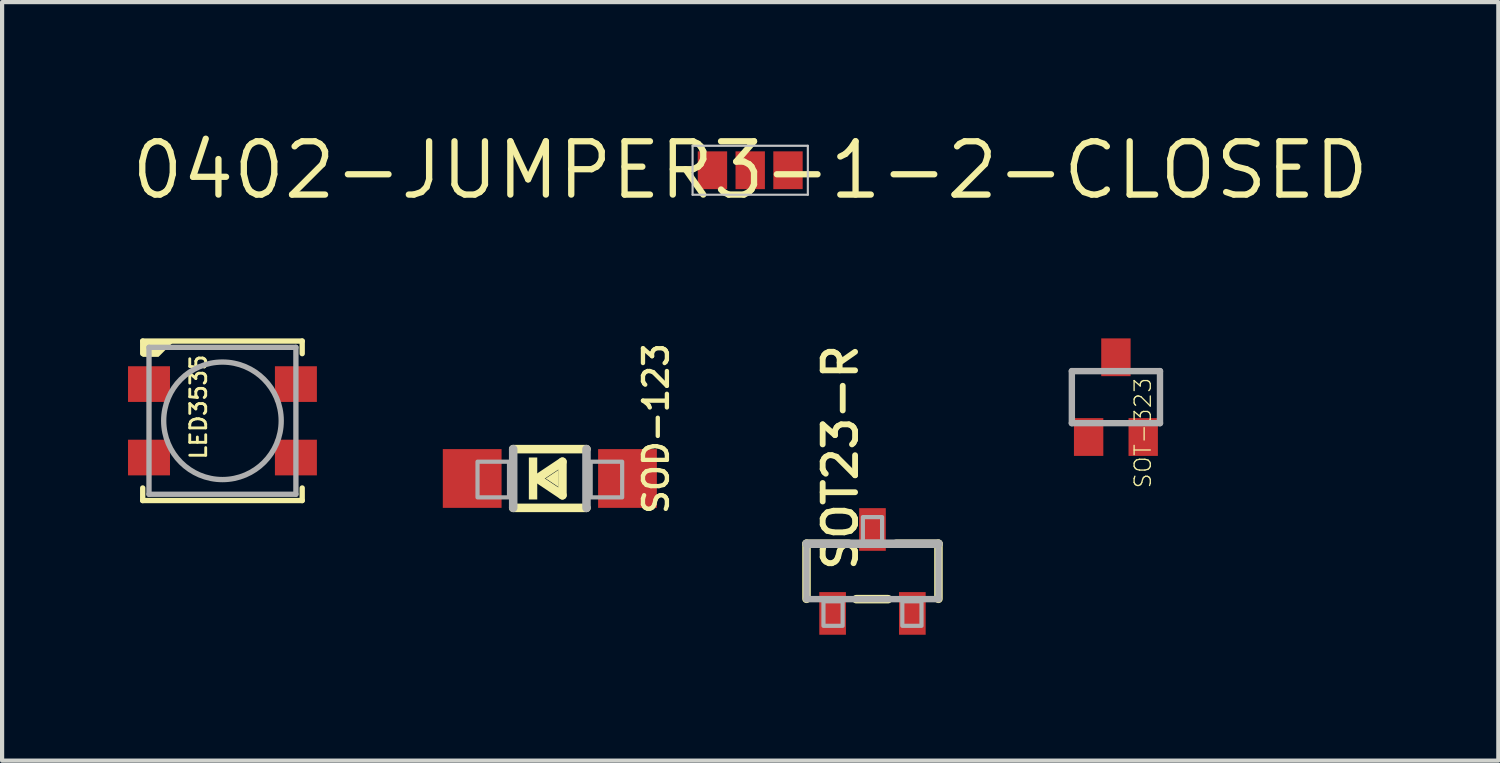
<source format=kicad_pcb>
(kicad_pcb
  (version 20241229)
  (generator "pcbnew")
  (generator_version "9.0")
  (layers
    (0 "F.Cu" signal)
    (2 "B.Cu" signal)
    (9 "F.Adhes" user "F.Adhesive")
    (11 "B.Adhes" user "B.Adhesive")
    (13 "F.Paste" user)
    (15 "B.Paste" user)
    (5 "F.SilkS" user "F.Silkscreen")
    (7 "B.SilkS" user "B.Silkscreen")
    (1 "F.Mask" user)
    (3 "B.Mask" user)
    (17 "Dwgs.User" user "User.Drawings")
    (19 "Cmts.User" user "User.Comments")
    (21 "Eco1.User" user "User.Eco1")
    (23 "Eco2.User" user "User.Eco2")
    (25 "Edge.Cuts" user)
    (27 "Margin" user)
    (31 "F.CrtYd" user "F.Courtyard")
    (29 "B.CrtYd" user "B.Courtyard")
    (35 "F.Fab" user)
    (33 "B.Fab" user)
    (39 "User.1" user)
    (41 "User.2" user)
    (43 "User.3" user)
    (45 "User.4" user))
  (footprint "LED3535"
    (layer "F.Cu")
    (at 2.25 6.976)
    (property "Reference" "LED3535" (at -0.349 0.955 270) (layer "F.SilkS") (effects (font (size 0.38 0.38) (thickness 0.068)) (justify left bottom)))
    (attr through_hole)
    (fp_line (start -1.9 -1.9) (end 1.9 -1.9) (stroke (width 0.127) (type solid)) (layer "F.SilkS"))
    (fp_line (start -1.9 -1.6) (end -1.9 -1.9) (stroke (width 0.127) (type solid)) (layer "F.SilkS"))
    (fp_line (start -1.9 1.6) (end -1.9 1.9) (stroke (width 0.127) (type solid)) (layer "F.SilkS"))
    (fp_line (start -1.9 1.9) (end 1.9 1.9) (stroke (width 0.127) (type solid)) (layer "F.SilkS"))
    (fp_line (start 1.9 -1.9) (end 1.9 -1.6) (stroke (width 0.127) (type solid)) (layer "F.SilkS"))
    (fp_line (start 1.9 1.9) (end 1.9 1.6) (stroke (width 0.127) (type solid)) (layer "F.SilkS"))
    (fp_poly (pts (xy -1.905 -1.905) (xy -1.905 -1.524) (xy -1.524 -1.524) (xy -1.143 -1.905)) (stroke (width 0) (type solid)) (fill yes) (layer "F.SilkS"))
    (fp_line (start -1.75 -1.75) (end 1.75 -1.75) (stroke (width 0.127) (type solid)) (layer "F.Fab"))
    (fp_line (start -1.75 1.75) (end -1.75 -1.75) (stroke (width 0.127) (type solid)) (layer "F.Fab"))
    (fp_line (start 1.75 -1.75) (end 1.75 1.75) (stroke (width 0.127) (type solid)) (layer "F.Fab"))
    (fp_line (start 1.75 1.75) (end -1.75 1.75) (stroke (width 0.127) (type solid)) (layer "F.Fab"))
    (fp_circle (center 0 0) (end 1.4 0) (stroke (width 0.127) (type solid)) (fill no) (layer "F.Fab"))
    (pad "1" smd rect (at -1.75 -0.875 90) (size 0.85 1) (layers "F.Cu" "F.Mask" "F.Paste"))
    (pad "2" smd rect (at -1.75 0.875 90) (size 0.85 1) (layers "F.Cu" "F.Mask" "F.Paste"))
    (pad "3" smd rect (at 1.75 0.875 90) (size 0.85 1) (layers "F.Cu" "F.Mask" "F.Paste"))
    (pad "4" smd rect (at 1.75 -0.875 90) (size 0.85 1) (layers "F.Cu" "F.Mask" "F.Paste")))
  (footprint "SOT-323"
    (layer "F.Cu")
    (at 23.537 6.412)
    (property "Reference" "SOT-323" (at 0.868 0.855 270) (layer "F.SilkS") (effects (font (size 0.386 0.386) (thickness 0.031)) (justify bottom)))
    (attr through_hole)
    (fp_line (start -1.05 -0.62) (end 1.05 -0.62) (stroke (width 0.152) (type solid)) (layer "F.Fab"))
    (fp_line (start -1.05 0.62) (end -1.05 -0.62) (stroke (width 0.152) (type solid)) (layer "F.Fab"))
    (fp_line (start 1.05 -0.62) (end 1.05 0.62) (stroke (width 0.152) (type solid)) (layer "F.Fab"))
    (fp_line (start 1.05 0.62) (end -1.05 0.62) (stroke (width 0.152) (type solid)) (layer "F.Fab"))
    (pad "1" smd rect (at -0.65 0.95) (size 0.7 0.9) (layers "F.Cu" "F.Mask" "F.Paste"))
    (pad "2" smd rect (at 0.65 0.95) (size 0.7 0.9) (layers "F.Cu" "F.Mask" "F.Paste"))
    (pad "3" smd rect (at 0 -0.95) (size 0.7 0.9) (layers "F.Cu" "F.Mask" "F.Paste")))
  (footprint "SOT23-R"
    (layer "F.Cu")
    (at 17.737 10.565)
    (property "Reference" "SOT23-R" (at -0.313 0.042 270) (layer "F.SilkS") (effects (font (size 0.772 0.772) (thickness 0.139)) (justify left bottom)))
    (attr through_hole)
    (fp_line (start -1.572 -0.66) (end -0.564 -0.66) (stroke (width 0.203) (type solid)) (layer "F.SilkS"))
    (fp_line (start -1.572 0.652) (end -1.572 -0.66) (stroke (width 0.203) (type solid)) (layer "F.SilkS"))
    (fp_line (start 0.372 0.66) (end -0.386 0.66) (stroke (width 0.203) (type solid)) (layer "F.SilkS"))
    (fp_line (start 0.564 -0.66) (end 1.572 -0.66) (stroke (width 0.203) (type solid)) (layer "F.SilkS"))
    (fp_line (start 1.572 -0.66) (end 1.572 0.652) (stroke (width 0.203) (type solid)) (layer "F.SilkS"))
    (fp_line (start -1.572 -0.66) (end 1.572 -0.66) (stroke (width 0.203) (type solid)) (layer "F.Fab"))
    (fp_line (start -1.572 0.66) (end -1.572 -0.66) (stroke (width 0.152) (type solid)) (layer "F.Fab"))
    (fp_line (start 1.572 -0.66) (end 1.572 0.66) (stroke (width 0.152) (type solid)) (layer "F.Fab"))
    (fp_line (start 1.572 0.66) (end -1.572 0.66) (stroke (width 0.152) (type solid)) (layer "F.Fab"))
    (fp_poly (pts (xy -1.168 1.295) (xy -0.711 1.295) (xy -0.711 0.711) (xy -1.168 0.711)) (stroke (width 0.1) (type solid)) (fill no) (layer "F.Fab"))
    (fp_poly (pts (xy -0.229 -0.711) (xy 0.229 -0.711) (xy 0.229 -1.295) (xy -0.229 -1.295)) (stroke (width 0.1) (type solid)) (fill no) (layer "F.Fab"))
    (fp_poly (pts (xy 0.711 1.295) (xy 1.168 1.295) (xy 1.168 0.711) (xy 0.711 0.711)) (stroke (width 0.1) (type solid)) (fill no) (layer "F.Fab"))
    (pad "1" smd rect (at -0.95 1) (size 0.635 1.016) (layers "F.Cu" "F.Mask" "F.Paste"))
    (pad "2" smd rect (at 0.95 1) (size 0.635 1.016) (layers "F.Cu" "F.Mask" "F.Paste"))
    (pad "3" smd rect (at 0 -1) (size 0.635 1.016) (layers "F.Cu" "F.Mask" "F.Paste")))
  (footprint "0402-JUMPER3-1-2-CLOSED"
    (layer "F.Cu")
    (at 14.824 1.006)
    (property "Reference" "0402-JUMPER3-1-2-CLOSED" (at 0 0 0) (layer "F.SilkS") (effects (font (size 1.27 1.27) (thickness 0.15))))
    (attr through_hole)
    (fp_poly (pts (xy -1.25 0.45) (xy 0.35 0.45) (xy 0.35 -0.45) (xy -1.25 -0.45)) (stroke (width 0) (type solid)) (fill yes) (layer "F.Paste"))
    (fp_line (start -1.373 -0.583) (end 1.373 -0.583) (stroke (width 0.051) (type solid)) (layer "Dwgs.User"))
    (fp_line (start -1.373 0.583) (end -1.373 -0.583) (stroke (width 0.051) (type solid)) (layer "Dwgs.User"))
    (fp_line (start 1.373 -0.583) (end 1.373 0.583) (stroke (width 0.051) (type solid)) (layer "Dwgs.User"))
    (fp_line (start 1.373 0.583) (end -1.373 0.583) (stroke (width 0.051) (type solid)) (layer "Dwgs.User"))
    (pad "1" smd rect (at -0.9 0) (size 0.7 0.9) (layers "F.Cu" "F.Mask"))
    (pad "2" smd rect (at 0 0) (size 0.7 0.9) (layers "F.Cu" "F.Mask"))
    (pad "3" smd rect (at 0.9 0) (size 0.7 0.9) (layers "F.Cu" "F.Mask")))
  (footprint "SOD-123"
    (layer "F.Cu")
    (at 10.05 8.35)
    (property "Reference" "SOD-123" (at 2.864 0.9 90) (layer "F.SilkS") (effects (font (size 0.57 0.57) (thickness 0.103)) (justify left bottom)))
    (attr through_hole)
    (fp_line (start -0.873 -0.7) (end 0.873 -0.7) (stroke (width 0.203) (type solid)) (layer "F.SilkS"))
    (fp_line (start -0.3 0) (end 0.3 -0.4) (stroke (width 0.203) (type solid)) (layer "F.SilkS"))
    (fp_line (start 0.3 -0.4) (end 0.3 0.4) (stroke (width 0.203) (type solid)) (layer "F.SilkS"))
    (fp_line (start 0.3 0.4) (end -0.3 0) (stroke (width 0.203) (type solid)) (layer "F.SilkS"))
    (fp_line (start 0.873 0.7) (end -0.873 0.7) (stroke (width 0.203) (type solid)) (layer "F.SilkS"))
    (fp_poly (pts (xy -0.1 0) (xy 0.2 -0.2) (xy 0.2 0.2)) (stroke (width 0) (type solid)) (fill yes) (layer "F.SilkS"))
    (fp_poly (pts (xy -0.5 0.5) (xy -0.3 0.5) (xy -0.3 -0.5) (xy -0.5 -0.5)) (stroke (width 0) (type solid)) (fill yes) (layer "F.SilkS"))
    (fp_line (start -0.873 0.7) (end -0.873 -0.7) (stroke (width 0.203) (type solid)) (layer "F.Fab"))
    (fp_line (start 0.873 -0.7) (end 0.873 0.7) (stroke (width 0.203) (type solid)) (layer "F.Fab"))
    (fp_poly (pts (xy -1.723 0.45) (xy -0.973 0.45) (xy -0.973 -0.4) (xy -1.723 -0.4)) (stroke (width 0.1) (type solid)) (fill no) (layer "F.Fab"))
    (fp_poly (pts (xy 0.973 0.45) (xy 1.723 0.45) (xy 1.723 -0.4) (xy 0.973 -0.4)) (stroke (width 0.1) (type solid)) (fill no) (layer "F.Fab"))
    (pad "A" smd rect (at 1.85 0 90) (size 1.4 1.4) (layers "F.Cu" "F.Mask" "F.Paste"))
    (pad "C" smd rect (at -1.85 0 90) (size 1.4 1.4) (layers "F.Cu" "F.Mask" "F.Paste")))
  (gr_rect
    (start -3 -3)
    (end 32.648 15.073)
    (stroke (width 0.1) (type default))
    (fill no)
    (layer "Edge.Cuts")))
</source>
